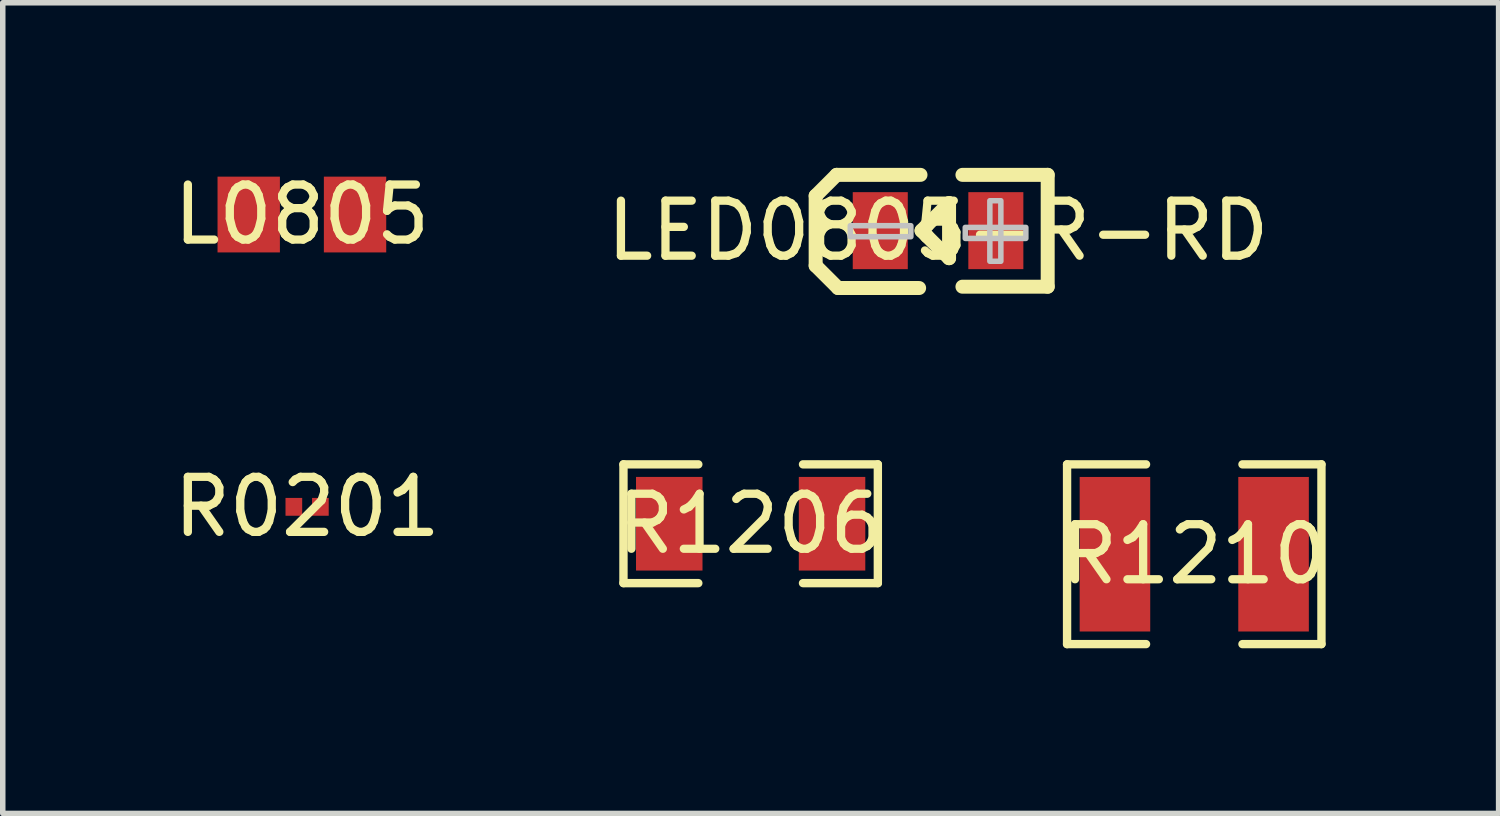
<source format=kicad_pcb>
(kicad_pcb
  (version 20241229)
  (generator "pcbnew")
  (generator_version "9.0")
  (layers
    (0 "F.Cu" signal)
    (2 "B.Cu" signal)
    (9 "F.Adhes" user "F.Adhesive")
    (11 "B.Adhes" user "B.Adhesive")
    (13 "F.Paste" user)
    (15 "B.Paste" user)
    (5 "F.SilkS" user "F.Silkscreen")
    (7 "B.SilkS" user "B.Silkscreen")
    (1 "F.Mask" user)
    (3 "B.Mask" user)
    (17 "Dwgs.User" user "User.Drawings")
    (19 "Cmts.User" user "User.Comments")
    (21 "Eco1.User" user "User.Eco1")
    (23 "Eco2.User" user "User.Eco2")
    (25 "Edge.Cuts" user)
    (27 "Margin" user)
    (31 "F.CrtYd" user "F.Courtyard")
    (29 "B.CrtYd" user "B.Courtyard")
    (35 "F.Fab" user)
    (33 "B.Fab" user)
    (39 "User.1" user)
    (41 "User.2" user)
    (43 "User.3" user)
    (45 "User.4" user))
  (footprint "R1206"
    (layer "F.Cu")
    (at 10.589 6.466)
    (property "Reference" "R1206" (at 0 0 0) (layer "F.SilkS") (effects (font (size 1 1) (thickness 0.15))))
    (fp_line (start -2.311 -1.079) (end -0.951 -1.079) (stroke (width 0.152) (type default)) (layer "F.SilkS"))
    (fp_line (start -2.311 1.079) (end -2.311 -1.079) (stroke (width 0.152) (type default)) (layer "F.SilkS"))
    (fp_line (start -0.951 1.079) (end -2.311 1.079) (stroke (width 0.152) (type default)) (layer "F.SilkS"))
    (fp_line (start 0.951 1.079) (end 2.311 1.079) (stroke (width 0.152) (type default)) (layer "F.SilkS"))
    (fp_line (start 2.311 -1.079) (end 0.951 -1.079) (stroke (width 0.152) (type default)) (layer "F.SilkS"))
    (fp_line (start 2.311 1.079) (end 2.311 -1.079) (stroke (width 0.152) (type default)) (layer "F.SilkS"))
    (fp_poly (pts (xy -0.875 0.75) (xy -0.875 0.389) (xy -0.975 0.289) (xy -1.185 0.289) (xy -1.286 0.189) (xy -1.286 -0.189) (xy -1.185 -0.289) (xy -0.975 -0.289) (xy -0.875 -0.389) (xy -0.875 -0.75) (xy -0.975 -0.851) (xy -1.982 -0.851) (xy -2.083 -0.75) (xy -2.083 0.75) (xy -1.982 0.851) (xy -0.975 0.851)) (stroke (width 0) (type default)) (fill yes) (layer "F.Paste"))
    (fp_poly (pts (xy 0.875 0.75) (xy 0.875 0.389) (xy 0.975 0.289) (xy 1.185 0.289) (xy 1.286 0.189) (xy 1.286 -0.189) (xy 1.185 -0.289) (xy 0.975 -0.289) (xy 0.875 -0.389) (xy 0.875 -0.75) (xy 0.975 -0.851) (xy 1.982 -0.851) (xy 2.083 -0.75) (xy 2.083 0.75) (xy 1.982 0.851) (xy 0.975 0.851)) (stroke (width 0) (type default)) (fill yes) (layer "F.Paste"))
    (fp_poly (pts (xy -1.55 0.787) (xy -1.55 -0.787) (xy -1.1 -0.787) (xy -1.1 0.787)) (stroke (width 0.1) (type default)) (fill no) (layer "User.1"))
    (fp_poly (pts (xy 1.55 0.787) (xy 1.55 -0.787) (xy 1.1 -0.787) (xy 1.1 0.787)) (stroke (width 0.1) (type default)) (fill no) (layer "User.1"))
    (fp_line (start -1.55 -0.787) (end 1.55 -0.787) (stroke (width 0.051) (type default)) (layer "User.2"))
    (fp_line (start -1.55 0.787) (end -1.55 -0.787) (stroke (width 0.051) (type default)) (layer "User.2"))
    (fp_line (start 1.55 -0.787) (end 1.55 0.787) (stroke (width 0.051) (type default)) (layer "User.2"))
    (fp_line (start 1.55 0.787) (end -1.55 0.787) (stroke (width 0.051) (type default)) (layer "User.2"))
    (fp_poly (pts (xy -1.495 0.765) (xy -1.527 0.732) (xy -1.573 0.732) (xy -1.605 0.765) (xy -1.605 0.81) (xy -1.573 0.843) (xy -1.527 0.843) (xy -1.495 0.81)) (stroke (width 0.1) (type default)) (fill no) (layer "User.3"))
    (pad "1" smd rect (at -1.479 0) (size 1.208 1.701) (layers "F.Cu" "F.Mask" "F.Paste"))
    (pad "2" smd rect (at 1.479 0) (size 1.208 1.701) (layers "F.Cu" "F.Mask" "F.Paste")))
  (footprint "L0805"
    (layer "F.Cu")
    (at 2.435 0.848)
    (property "Reference" "L0805" (at 0 0 0) (layer "F.SilkS") (effects (font (size 1 1) (thickness 0.15))))
    (fp_poly (pts (xy -0.36 0.22) (xy -0.36 -0.221) (xy -0.745 -0.689) (xy -1.433 -0.689) (xy -1.532 -0.589) (xy -1.532 0.589) (xy -1.433 0.689) (xy -0.745 0.689)) (stroke (width 0) (type default)) (fill yes) (layer "F.Paste"))
    (fp_poly (pts (xy 0.36 0.22) (xy 0.36 -0.221) (xy 0.745 -0.689) (xy 1.433 -0.689) (xy 1.532 -0.589) (xy 1.532 0.589) (xy 1.433 0.689) (xy 0.745 0.689)) (stroke (width 0) (type default)) (fill yes) (layer "F.Paste"))
    (fp_poly (pts (xy -1 0.637) (xy -1 -0.637) (xy -0.6 -0.637) (xy -0.6 0.637)) (stroke (width 0.1) (type default)) (fill no) (layer "User.1"))
    (fp_poly (pts (xy 1 0.637) (xy 1 -0.637) (xy 0.6 -0.637) (xy 0.6 0.637)) (stroke (width 0.1) (type default)) (fill no) (layer "User.1"))
    (fp_line (start -1 -0.637) (end 1 -0.637) (stroke (width 0.051) (type default)) (layer "User.2"))
    (fp_line (start -1 0.637) (end -1 -0.637) (stroke (width 0.051) (type default)) (layer "User.2"))
    (fp_line (start 1 -0.637) (end 1 0.637) (stroke (width 0.051) (type default)) (layer "User.2"))
    (fp_line (start 1 0.637) (end -1 0.637) (stroke (width 0.051) (type default)) (layer "User.2"))
    (fp_poly (pts (xy -0.945 0.615) (xy -0.977 0.582) (xy -1.023 0.582) (xy -1.055 0.615) (xy -1.055 0.66) (xy -1.023 0.693) (xy -0.977 0.693) (xy -0.945 0.66)) (stroke (width 0.1) (type default)) (fill no) (layer "User.3"))
    (pad "1" smd rect (at -0.966 0) (size 1.133 1.377) (layers "F.Cu" "F.Mask" "F.Paste"))
    (pad "2" smd rect (at 0.966 0) (size 1.133 1.377) (layers "F.Cu" "F.Mask" "F.Paste")))
  (footprint "R1210"
    (layer "F.Cu")
    (at 18.649 7.02)
    (property "Reference" "R1210" (at 0 0 0) (layer "F.SilkS") (effects (font (size 1 1) (thickness 0.15))))
    (fp_line (start -2.311 -1.633) (end -0.876 -1.633) (stroke (width 0.152) (type default)) (layer "F.SilkS"))
    (fp_line (start -2.311 1.633) (end -2.311 -1.633) (stroke (width 0.152) (type default)) (layer "F.SilkS"))
    (fp_line (start -0.876 1.633) (end -2.311 1.633) (stroke (width 0.152) (type default)) (layer "F.SilkS"))
    (fp_line (start 0.876 1.633) (end 2.311 1.633) (stroke (width 0.152) (type default)) (layer "F.SilkS"))
    (fp_line (start 2.311 -1.633) (end 0.876 -1.633) (stroke (width 0.152) (type default)) (layer "F.SilkS"))
    (fp_line (start 2.311 1.633) (end 2.311 -1.633) (stroke (width 0.152) (type default)) (layer "F.SilkS"))
    (fp_poly (pts (xy -0.8 1.304) (xy -0.8 0.578) (xy -0.9 0.477) (xy -1.136 0.477) (xy -1.236 0.378) (xy -1.236 -0.378) (xy -1.136 -0.477) (xy -0.9 -0.477) (xy -0.8 -0.578) (xy -0.8 -1.304) (xy -0.9 -1.404) (xy -1.982 -1.404) (xy -2.083 -1.304) (xy -2.083 1.304) (xy -1.982 1.404) (xy -0.9 1.404)) (stroke (width 0) (type default)) (fill yes) (layer "F.Paste"))
    (fp_poly (pts (xy 0.8 1.304) (xy 0.8 0.578) (xy 0.9 0.477) (xy 1.136 0.477) (xy 1.236 0.378) (xy 1.236 -0.378) (xy 1.136 -0.477) (xy 0.9 -0.477) (xy 0.8 -0.578) (xy 0.8 -1.304) (xy 0.9 -1.404) (xy 1.982 -1.404) (xy 2.083 -1.304) (xy 2.083 1.304) (xy 1.982 1.404) (xy 0.9 1.404)) (stroke (width 0) (type default)) (fill yes) (layer "F.Paste"))
    (fp_poly (pts (xy -1.55 1.3) (xy -1.55 -1.3) (xy -1.05 -1.3) (xy -1.05 1.3)) (stroke (width 0.1) (type default)) (fill no) (layer "User.1"))
    (fp_poly (pts (xy 1.55 1.3) (xy 1.55 -1.3) (xy 1.05 -1.3) (xy 1.05 1.3)) (stroke (width 0.1) (type default)) (fill no) (layer "User.1"))
    (fp_line (start -1.55 -1.3) (end 1.55 -1.3) (stroke (width 0.051) (type default)) (layer "User.2"))
    (fp_line (start -1.55 1.3) (end -1.55 -1.3) (stroke (width 0.051) (type default)) (layer "User.2"))
    (fp_line (start 1.55 -1.3) (end 1.55 1.3) (stroke (width 0.051) (type default)) (layer "User.2"))
    (fp_line (start 1.55 1.3) (end -1.55 1.3) (stroke (width 0.051) (type default)) (layer "User.2"))
    (fp_poly (pts (xy -1.495 1.277) (xy -1.527 1.245) (xy -1.573 1.245) (xy -1.605 1.277) (xy -1.605 1.323) (xy -1.573 1.355) (xy -1.527 1.355) (xy -1.495 1.323)) (stroke (width 0.1) (type default)) (fill no) (layer "User.3"))
    (pad "1" smd rect (at -1.441 0) (size 1.282 2.808) (layers "F.Cu" "F.Mask" "F.Paste"))
    (pad "2" smd rect (at 1.441 0) (size 1.282 2.808) (layers "F.Cu" "F.Mask" "F.Paste")))
  (footprint "R0201"
    (layer "F.Cu")
    (at 2.53 6.159)
    (property "Reference" "R0201" (at 0 0 0) (layer "F.SilkS") (effects (font (size 1 1) (thickness 0.15))))
    (fp_poly (pts (xy -0.081 0.138) (xy -0.081 -0.138) (xy -0.105 -0.162) (xy -0.369 -0.162) (xy -0.393 -0.138) (xy -0.393 0.138) (xy -0.369 0.162) (xy -0.105 0.162)) (stroke (width 0) (type default)) (fill yes) (layer "F.Paste"))
    (fp_poly (pts (xy 0.081 0.138) (xy 0.081 -0.138) (xy 0.105 -0.162) (xy 0.369 -0.162) (xy 0.393 -0.138) (xy 0.393 0.138) (xy 0.369 0.162) (xy 0.105 0.162)) (stroke (width 0) (type default)) (fill yes) (layer "F.Paste"))
    (fp_poly (pts (xy -0.3 0.15) (xy -0.3 -0.15) (xy -0.15 -0.15) (xy -0.15 0.15)) (stroke (width 0.1) (type default)) (fill no) (layer "User.1"))
    (fp_poly (pts (xy 0.3 0.15) (xy 0.3 -0.15) (xy 0.15 -0.15) (xy 0.15 0.15)) (stroke (width 0.1) (type default)) (fill no) (layer "User.1"))
    (fp_line (start -0.3 -0.15) (end 0.3 -0.15) (stroke (width 0.051) (type default)) (layer "User.2"))
    (fp_line (start -0.3 0.15) (end -0.3 -0.15) (stroke (width 0.051) (type default)) (layer "User.2"))
    (fp_line (start 0.3 -0.15) (end 0.3 0.15) (stroke (width 0.051) (type default)) (layer "User.2"))
    (fp_line (start 0.3 0.15) (end -0.3 0.15) (stroke (width 0.051) (type default)) (layer "User.2"))
    (fp_poly (pts (xy -0.245 0.127) (xy -0.277 0.095) (xy -0.323 0.095) (xy -0.355 0.127) (xy -0.355 0.173) (xy -0.323 0.205) (xy -0.277 0.205) (xy -0.245 0.173)) (stroke (width 0.1) (type default)) (fill no) (layer "User.3"))
    (pad "1" smd rect (at -0.241 0) (size 0.303 0.324) (layers "F.Cu" "F.Mask" "F.Paste"))
    (pad "2" smd rect (at 0.241 0) (size 0.303 0.324) (layers "F.Cu" "F.Mask" "F.Paste")))
  (footprint "LED0805-R-RD"
    (layer "F.Cu")
    (at 13.994 1.141)
    (property "Reference" "LED0805-R-RD" (at 0 0 0) (layer "F.SilkS") (effects (font (size 1 1) (thickness 0.15))))
    (fp_line (start -2.224 -0.633) (end -1.843 -1.014) (stroke (width 0.254) (type default)) (layer "F.SilkS"))
    (fp_line (start -2.224 0.636) (end -2.224 -0.633) (stroke (width 0.254) (type default)) (layer "F.SilkS"))
    (fp_line (start -1.843 -1.014) (end -0.319 -1.014) (stroke (width 0.254) (type default)) (layer "F.SilkS"))
    (fp_line (start -1.817 1.042) (end -2.224 0.636) (stroke (width 0.254) (type default)) (layer "F.SilkS"))
    (fp_line (start -0.344 1.042) (end -1.817 1.042) (stroke (width 0.254) (type default)) (layer "F.SilkS"))
    (fp_line (start -0.3 0) (end -0.2 0.101) (stroke (width 0.254) (type default)) (layer "F.SilkS"))
    (fp_line (start -0.2 -0.1) (end -0.3 0) (stroke (width 0.254) (type default)) (layer "F.SilkS"))
    (fp_line (start -0.2 0.101) (end 0.2 0.5) (stroke (width 0.254) (type default)) (layer "F.SilkS"))
    (fp_line (start 0.2 -0.5) (end -0.2 -0.1) (stroke (width 0.254) (type default)) (layer "F.SilkS"))
    (fp_line (start 0.2 -0.5) (end 0.2 0.5) (stroke (width 0.254) (type default)) (layer "F.SilkS"))
    (fp_line (start 0.443 1.018) (end 1.992 1.018) (stroke (width 0.254) (type default)) (layer "F.SilkS"))
    (fp_line (start 1.992 -1.014) (end 0.443 -1.014) (stroke (width 0.254) (type default)) (layer "F.SilkS"))
    (fp_line (start 1.992 1.018) (end 1.992 -1.014) (stroke (width 0.254) (type default)) (layer "F.SilkS"))
    (fp_poly (pts (xy -0.494 0.11) (xy -1.595 0.11) (xy -1.595 -0.09) (xy -0.494 -0.09)) (stroke (width 0.1) (type default)) (fill no) (layer "Dwgs.User"))
    (fp_poly (pts (xy 0.494 -0.059) (xy 1.595 -0.059) (xy 1.595 0.141) (xy 0.494 0.141)) (stroke (width 0.1) (type default)) (fill no) (layer "Dwgs.User"))
    (fp_poly (pts (xy 0.941 0.556) (xy 0.941 -0.544) (xy 1.141 -0.544) (xy 1.141 0.556)) (stroke (width 0.1) (type default)) (fill no) (layer "Dwgs.User"))
    (fp_poly (pts (xy -0.6 0.625) (xy -1 0.625) (xy -1 -0.625) (xy -0.6 -0.625)) (stroke (width 0.1) (type default)) (fill no) (layer "User.1"))
    (fp_poly (pts (xy 1 0.625) (xy 0.6 0.625) (xy 0.6 -0.625) (xy 1 -0.625)) (stroke (width 0.1) (type default)) (fill no) (layer "User.1"))
    (fp_line (start -1 -0.625) (end 1 -0.625) (stroke (width 0.051) (type default)) (layer "User.2"))
    (fp_line (start -1 0.625) (end -1 -0.625) (stroke (width 0.051) (type default)) (layer "User.2"))
    (fp_line (start 1 -0.625) (end 1 0.625) (stroke (width 0.051) (type default)) (layer "User.2"))
    (fp_line (start 1 0.625) (end -1 0.625) (stroke (width 0.051) (type default)) (layer "User.2"))
    (fp_poly (pts (xy 1.055 -0.648) (xy 1.023 -0.68) (xy 0.977 -0.68) (xy 0.945 -0.648) (xy 0.945 -0.602) (xy 0.977 -0.57) (xy 1.023 -0.57) (xy 1.055 -0.602)) (stroke (width 0.1) (type default)) (fill no) (layer "User.3"))
    (pad "1" smd rect (at 1.05 0 180) (size 1 1.399) (layers "F.Cu" "F.Mask" "F.Paste"))
    (pad "2" smd rect (at -1.05 0 180) (size 1 1.399) (layers "F.Cu" "F.Mask" "F.Paste")))
  (gr_rect
    (start -3 -3)
    (end 24.179 11.729)
    (stroke (width 0.1) (type default))
    (fill no)
    (layer "Edge.Cuts")))
</source>
